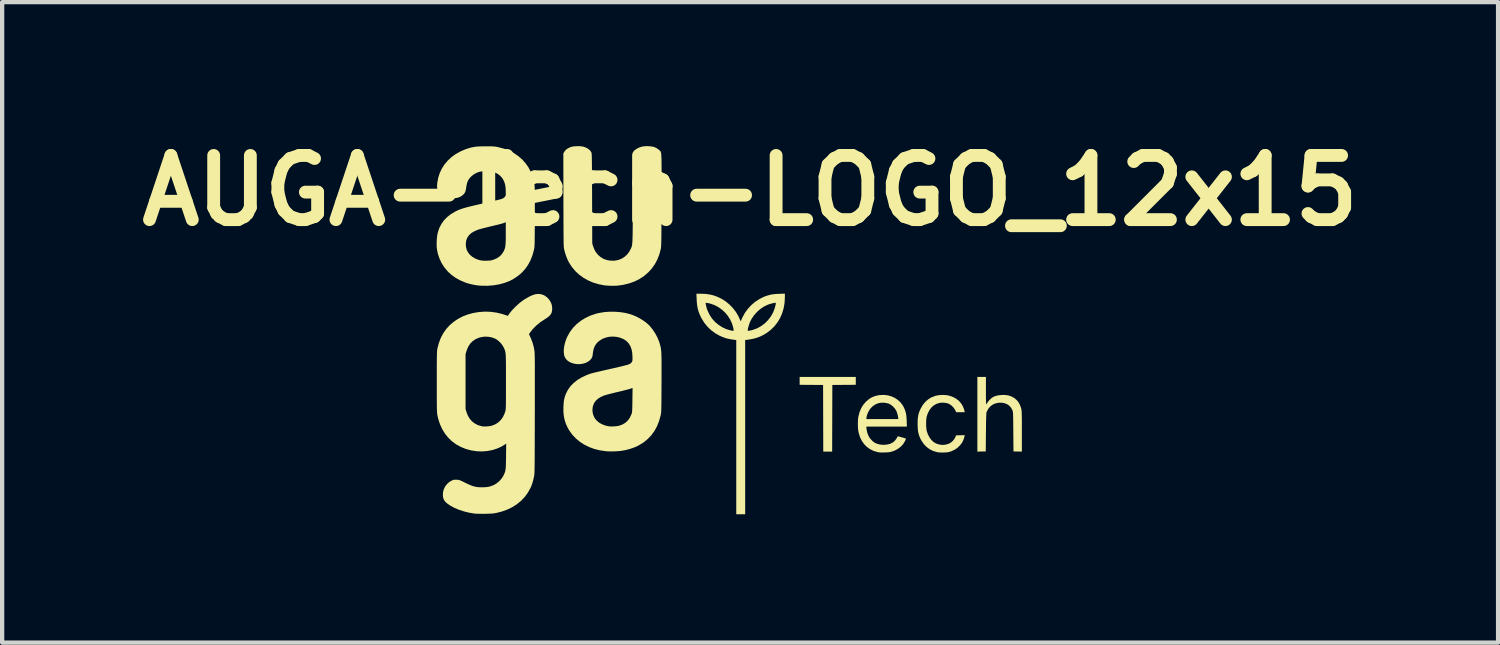
<source format=kicad_pcb>
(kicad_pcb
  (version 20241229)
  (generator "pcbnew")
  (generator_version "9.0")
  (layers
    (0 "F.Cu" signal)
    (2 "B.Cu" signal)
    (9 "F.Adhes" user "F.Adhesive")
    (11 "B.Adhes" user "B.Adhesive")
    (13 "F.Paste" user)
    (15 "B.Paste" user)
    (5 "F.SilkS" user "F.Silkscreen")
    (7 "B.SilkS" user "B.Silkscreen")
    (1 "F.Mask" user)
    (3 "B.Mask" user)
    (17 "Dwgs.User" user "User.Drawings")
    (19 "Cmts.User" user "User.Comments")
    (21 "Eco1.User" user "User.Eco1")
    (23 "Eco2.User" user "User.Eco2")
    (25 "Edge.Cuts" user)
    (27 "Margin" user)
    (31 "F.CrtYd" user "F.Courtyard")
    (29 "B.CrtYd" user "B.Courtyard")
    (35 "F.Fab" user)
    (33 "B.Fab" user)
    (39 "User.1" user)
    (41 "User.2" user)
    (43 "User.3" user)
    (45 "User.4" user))
  (footprint "AUGA-Tech-LOGO_12x15"
    (layer "F.Cu")
    (at 13.979 4.654)
    (property "Reference" "AUGA-Tech-LOGO_12x15" (at 0.5 -3.25 0) (layer "F.SilkS") (effects (font (size 1.5 1.5) (thickness 0.3))))
    (attr board_only exclude_from_pos_files exclude_from_bom)
    (fp_poly (pts (xy 2.969 1.196) (xy 2.969 1.288) (xy 2.695 1.29) (xy 2.421 1.292) (xy 2.419 2.071) (xy 2.417 2.849) (xy 2.313 2.849) (xy 2.209 2.849) (xy 2.207 2.071) (xy 2.205 1.292) (xy 1.931 1.29) (xy 1.657 1.288) (xy 1.657 1.196) (xy 1.657 1.104) (xy 2.313 1.104) (xy 2.969 1.104)) (stroke (width 0) (type solid)) (fill yes) (layer "F.SilkS"))
    (fp_poly (pts (xy 6.01 1.424) (xy 6.01 1.494) (xy 6.01 1.559) (xy 6.011 1.616) (xy 6.012 1.665) (xy 6.013 1.704) (xy 6.014 1.731) (xy 6.015 1.743) (xy 6.016 1.744) (xy 6.023 1.738) (xy 6.035 1.721) (xy 6.046 1.704) (xy 6.073 1.665) (xy 6.109 1.627) (xy 6.147 1.594) (xy 6.184 1.57) (xy 6.185 1.569) (xy 6.237 1.549) (xy 6.3 1.534) (xy 6.369 1.526) (xy 6.439 1.525) (xy 6.505 1.531) (xy 6.545 1.539) (xy 6.621 1.567) (xy 6.687 1.607) (xy 6.743 1.659) (xy 6.788 1.723) (xy 6.821 1.797) (xy 6.837 1.854) (xy 6.84 1.868) (xy 6.842 1.885) (xy 6.844 1.906) (xy 6.846 1.932) (xy 6.847 1.965) (xy 6.848 2.006) (xy 6.849 2.056) (xy 6.85 2.117) (xy 6.85 2.19) (xy 6.85 2.276) (xy 6.85 2.376) (xy 6.85 2.381) (xy 6.85 2.849) (xy 6.752 2.847) (xy 6.654 2.845) (xy 6.65 2.385) (xy 6.649 2.287) (xy 6.648 2.205) (xy 6.648 2.135) (xy 6.647 2.078) (xy 6.646 2.031) (xy 6.645 1.994) (xy 6.644 1.964) (xy 6.642 1.941) (xy 6.64 1.924) (xy 6.638 1.91) (xy 6.635 1.899) (xy 6.632 1.889) (xy 6.628 1.879) (xy 6.628 1.879) (xy 6.596 1.821) (xy 6.553 1.774) (xy 6.5 1.739) (xy 6.438 1.716) (xy 6.379 1.707) (xy 6.3 1.708) (xy 6.229 1.724) (xy 6.165 1.753) (xy 6.11 1.795) (xy 6.065 1.849) (xy 6.03 1.915) (xy 6.023 1.932) (xy 6.021 1.947) (xy 6.019 1.977) (xy 6.017 2.022) (xy 6.015 2.083) (xy 6.013 2.158) (xy 6.012 2.248) (xy 6.011 2.352) (xy 6.01 2.401) (xy 6.006 2.845) (xy 5.908 2.847) (xy 5.81 2.849) (xy 5.81 1.977) (xy 5.81 1.104) (xy 5.91 1.104) (xy 6.01 1.104)) (stroke (width 0) (type solid)) (fill yes) (layer "F.SilkS"))
    (fp_poly (pts (xy 5.05 1.526) (xy 5.12 1.535) (xy 5.157 1.544) (xy 5.243 1.574) (xy 5.318 1.616) (xy 5.383 1.668) (xy 5.436 1.73) (xy 5.475 1.799) (xy 5.489 1.834) (xy 5.499 1.863) (xy 5.507 1.891) (xy 5.51 1.903) (xy 5.515 1.929) (xy 5.415 1.929) (xy 5.316 1.929) (xy 5.291 1.878) (xy 5.256 1.824) (xy 5.21 1.776) (xy 5.157 1.739) (xy 5.141 1.731) (xy 5.097 1.717) (xy 5.044 1.708) (xy 4.989 1.705) (xy 4.937 1.709) (xy 4.923 1.712) (xy 4.853 1.734) (xy 4.79 1.771) (xy 4.734 1.821) (xy 4.688 1.883) (xy 4.651 1.956) (xy 4.628 2.025) (xy 4.62 2.063) (xy 4.615 2.113) (xy 4.613 2.17) (xy 4.613 2.229) (xy 4.616 2.285) (xy 4.621 2.334) (xy 4.628 2.369) (xy 4.654 2.446) (xy 4.69 2.515) (xy 4.733 2.574) (xy 4.782 2.621) (xy 4.796 2.632) (xy 4.86 2.666) (xy 4.93 2.686) (xy 5.003 2.693) (xy 5.075 2.685) (xy 5.145 2.664) (xy 5.152 2.661) (xy 5.193 2.636) (xy 5.233 2.602) (xy 5.267 2.562) (xy 5.292 2.521) (xy 5.296 2.511) (xy 5.312 2.469) (xy 5.413 2.467) (xy 5.515 2.464) (xy 5.509 2.495) (xy 5.487 2.57) (xy 5.452 2.641) (xy 5.403 2.705) (xy 5.343 2.762) (xy 5.273 2.808) (xy 5.195 2.844) (xy 5.188 2.846) (xy 5.158 2.855) (xy 5.129 2.862) (xy 5.098 2.866) (xy 5.059 2.869) (xy 5.022 2.87) (xy 4.957 2.87) (xy 4.904 2.867) (xy 4.862 2.86) (xy 4.774 2.833) (xy 4.693 2.792) (xy 4.621 2.738) (xy 4.558 2.672) (xy 4.504 2.593) (xy 4.48 2.548) (xy 4.456 2.493) (xy 4.439 2.441) (xy 4.426 2.388) (xy 4.419 2.33) (xy 4.415 2.263) (xy 4.414 2.201) (xy 4.415 2.124) (xy 4.42 2.058) (xy 4.429 2.001) (xy 4.442 1.948) (xy 4.462 1.896) (xy 4.485 1.845) (xy 4.535 1.759) (xy 4.593 1.687) (xy 4.661 1.628) (xy 4.738 1.581) (xy 4.824 1.547) (xy 4.838 1.544) (xy 4.903 1.531) (xy 4.975 1.525)) (stroke (width 0) (type solid)) (fill yes) (layer "F.SilkS"))
    (fp_poly (pts (xy 3.714 1.534) (xy 3.8 1.557) (xy 3.879 1.593) (xy 3.951 1.641) (xy 4.014 1.699) (xy 4.066 1.768) (xy 4.089 1.81) (xy 4.113 1.863) (xy 4.131 1.914) (xy 4.144 1.966) (xy 4.152 2.024) (xy 4.157 2.092) (xy 4.159 2.135) (xy 4.163 2.265) (xy 3.69 2.265) (xy 3.217 2.265) (xy 3.217 2.291) (xy 3.221 2.329) (xy 3.23 2.375) (xy 3.243 2.423) (xy 3.26 2.467) (xy 3.264 2.478) (xy 3.29 2.522) (xy 3.325 2.566) (xy 3.364 2.606) (xy 3.403 2.636) (xy 3.407 2.639) (xy 3.471 2.668) (xy 3.543 2.685) (xy 3.617 2.691) (xy 3.698 2.685) (xy 3.769 2.668) (xy 3.83 2.638) (xy 3.88 2.597) (xy 3.92 2.545) (xy 3.931 2.524) (xy 3.945 2.5) (xy 3.958 2.492) (xy 3.961 2.492) (xy 3.974 2.496) (xy 3.998 2.503) (xy 4.03 2.511) (xy 4.053 2.518) (xy 4.087 2.527) (xy 4.115 2.536) (xy 4.134 2.542) (xy 4.139 2.545) (xy 4.139 2.554) (xy 4.132 2.573) (xy 4.121 2.6) (xy 4.116 2.609) (xy 4.075 2.675) (xy 4.02 2.734) (xy 3.954 2.784) (xy 3.879 2.825) (xy 3.797 2.854) (xy 3.76 2.861) (xy 3.712 2.866) (xy 3.658 2.869) (xy 3.602 2.87) (xy 3.548 2.869) (xy 3.503 2.865) (xy 3.481 2.861) (xy 3.388 2.834) (xy 3.305 2.794) (xy 3.23 2.741) (xy 3.166 2.677) (xy 3.112 2.601) (xy 3.069 2.514) (xy 3.038 2.418) (xy 3.03 2.378) (xy 3.022 2.325) (xy 3.018 2.262) (xy 3.017 2.195) (xy 3.019 2.128) (xy 3.022 2.089) (xy 3.217 2.089) (xy 3.589 2.089) (xy 3.961 2.089) (xy 3.961 2.071) (xy 3.958 2.039) (xy 3.949 1.998) (xy 3.937 1.955) (xy 3.923 1.914) (xy 3.913 1.891) (xy 3.884 1.845) (xy 3.844 1.8) (xy 3.799 1.762) (xy 3.752 1.734) (xy 3.741 1.729) (xy 3.685 1.714) (xy 3.622 1.706) (xy 3.558 1.707) (xy 3.505 1.716) (xy 3.437 1.741) (xy 3.375 1.78) (xy 3.321 1.832) (xy 3.276 1.893) (xy 3.243 1.963) (xy 3.229 2.006) (xy 3.222 2.035) (xy 3.218 2.059) (xy 3.217 2.07) (xy 3.217 2.089) (xy 3.022 2.089) (xy 3.024 2.068) (xy 3.029 2.033) (xy 3.055 1.932) (xy 3.092 1.841) (xy 3.14 1.761) (xy 3.2 1.689) (xy 3.208 1.681) (xy 3.275 1.623) (xy 3.346 1.58) (xy 3.425 1.549) (xy 3.512 1.53) (xy 3.53 1.528) (xy 3.624 1.524)) (stroke (width 0) (type solid)) (fill yes) (layer "F.SilkS"))
    (fp_poly (pts (xy 1.312 -0.759) (xy 1.305 -0.628) (xy 1.284 -0.503) (xy 1.249 -0.385) (xy 1.201 -0.274) (xy 1.14 -0.172) (xy 1.067 -0.079) (xy 0.981 0.005) (xy 0.885 0.078) (xy 0.794 0.131) (xy 0.724 0.164) (xy 0.655 0.19) (xy 0.581 0.21) (xy 0.5 0.226) (xy 0.426 0.237) (xy 0.384 0.242) (xy 0.384 2.277) (xy 0.384 4.313) (xy 0.28 4.313) (xy 0.176 4.313) (xy 0.176 2.277) (xy 0.176 0.242) (xy 0.134 0.237) (xy 0.066 0.227) (xy 0.008 0.217) (xy -0.042 0.206) (xy -0.089 0.192) (xy -0.202 0.147) (xy -0.308 0.088) (xy -0.406 0.017) (xy -0.493 -0.066) (xy -0.569 -0.158) (xy -0.633 -0.261) (xy -0.642 -0.277) (xy -0.677 -0.351) (xy -0.705 -0.423) (xy -0.725 -0.494) (xy -0.738 -0.571) (xy -0.743 -0.615) (xy -0.539 -0.615) (xy -0.536 -0.592) (xy -0.529 -0.56) (xy -0.52 -0.525) (xy -0.51 -0.488) (xy -0.498 -0.454) (xy -0.497 -0.451) (xy -0.449 -0.35) (xy -0.39 -0.259) (xy -0.318 -0.179) (xy -0.235 -0.11) (xy -0.142 -0.052) (xy -0.061 -0.015) (xy -0.027 -0.004) (xy 0.009 0.007) (xy 0.045 0.017) (xy 0.077 0.023) (xy 0.101 0.026) (xy 0.113 0.025) (xy 0.114 0.025) (xy 0.115 0.015) (xy 0.115 0.014) (xy 0.443 0.014) (xy 0.444 0.023) (xy 0.454 0.026) (xy 0.477 0.024) (xy 0.51 0.018) (xy 0.55 0.008) (xy 0.568 0.003) (xy 0.664 -0.032) (xy 0.754 -0.082) (xy 0.838 -0.144) (xy 0.913 -0.217) (xy 0.978 -0.299) (xy 1.03 -0.389) (xy 1.037 -0.403) (xy 1.052 -0.44) (xy 1.067 -0.481) (xy 1.08 -0.521) (xy 1.09 -0.559) (xy 1.097 -0.592) (xy 1.1 -0.615) (xy 1.097 -0.627) (xy 1.097 -0.628) (xy 1.085 -0.629) (xy 1.061 -0.625) (xy 1.03 -0.618) (xy 0.994 -0.609) (xy 0.958 -0.599) (xy 0.924 -0.588) (xy 0.912 -0.583) (xy 0.821 -0.539) (xy 0.735 -0.481) (xy 0.657 -0.411) (xy 0.588 -0.333) (xy 0.531 -0.247) (xy 0.496 -0.178) (xy 0.485 -0.147) (xy 0.473 -0.111) (xy 0.462 -0.074) (xy 0.452 -0.038) (xy 0.446 -0.007) (xy 0.443 0.014) (xy 0.115 0.014) (xy 0.113 -0.006) (xy 0.108 -0.034) (xy 0.107 -0.04) (xy 0.079 -0.139) (xy 0.036 -0.233) (xy -0.019 -0.32) (xy -0.085 -0.4) (xy -0.161 -0.47) (xy -0.246 -0.529) (xy -0.337 -0.577) (xy -0.434 -0.61) (xy -0.472 -0.619) (xy -0.501 -0.624) (xy -0.524 -0.627) (xy -0.536 -0.626) (xy -0.537 -0.626) (xy -0.539 -0.615) (xy -0.743 -0.615) (xy -0.747 -0.656) (xy -0.75 -0.718) (xy -0.755 -0.84) (xy -0.655 -0.84) (xy -0.546 -0.836) (xy -0.446 -0.823) (xy -0.352 -0.8) (xy -0.266 -0.769) (xy -0.165 -0.721) (xy -0.069 -0.659) (xy 0.019 -0.586) (xy 0.099 -0.504) (xy 0.167 -0.415) (xy 0.223 -0.321) (xy 0.253 -0.254) (xy 0.266 -0.224) (xy 0.277 -0.206) (xy 0.285 -0.199) (xy 0.288 -0.206) (xy 0.288 -0.209) (xy 0.291 -0.22) (xy 0.3 -0.241) (xy 0.312 -0.27) (xy 0.32 -0.286) (xy 0.377 -0.391) (xy 0.447 -0.487) (xy 0.528 -0.575) (xy 0.618 -0.652) (xy 0.717 -0.716) (xy 0.821 -0.768) (xy 0.875 -0.788) (xy 0.929 -0.805) (xy 0.979 -0.818) (xy 1.03 -0.827) (xy 1.086 -0.833) (xy 1.152 -0.837) (xy 1.178 -0.838) (xy 1.312 -0.842)) (stroke (width 0) (type solid)) (fill yes) (layer "F.SilkS"))
    (fp_poly (pts (xy -1.827 -4.285) (xy -1.76 -4.273) (xy -1.703 -4.252) (xy -1.652 -4.22) (xy -1.628 -4.2) (xy -1.62 -4.193) (xy -1.612 -4.186) (xy -1.605 -4.18) (xy -1.599 -4.174) (xy -1.594 -4.166) (xy -1.589 -4.156) (xy -1.585 -4.143) (xy -1.581 -4.126) (xy -1.578 -4.104) (xy -1.576 -4.077) (xy -1.574 -4.044) (xy -1.572 -4.004) (xy -1.571 -3.956) (xy -1.57 -3.899) (xy -1.57 -3.833) (xy -1.569 -3.757) (xy -1.569 -3.669) (xy -1.569 -3.569) (xy -1.57 -3.457) (xy -1.57 -3.331) (xy -1.57 -3.191) (xy -1.571 -3.036) (xy -1.571 -3.029) (xy -1.571 -2.875) (xy -1.572 -2.736) (xy -1.572 -2.612) (xy -1.572 -2.501) (xy -1.573 -2.403) (xy -1.573 -2.316) (xy -1.574 -2.241) (xy -1.574 -2.175) (xy -1.575 -2.119) (xy -1.576 -2.071) (xy -1.577 -2.031) (xy -1.578 -1.998) (xy -1.579 -1.97) (xy -1.58 -1.947) (xy -1.582 -1.929) (xy -1.583 -1.914) (xy -1.585 -1.901) (xy -1.587 -1.89) (xy -1.587 -1.889) (xy -1.621 -1.76) (xy -1.668 -1.639) (xy -1.728 -1.528) (xy -1.8 -1.427) (xy -1.883 -1.336) (xy -1.978 -1.255) (xy -2.082 -1.186) (xy -2.197 -1.128) (xy -2.322 -1.083) (xy -2.455 -1.05) (xy -2.565 -1.033) (xy -2.633 -1.027) (xy -2.71 -1.026) (xy -2.788 -1.027) (xy -2.863 -1.032) (xy -2.905 -1.036) (xy -3.039 -1.062) (xy -3.166 -1.1) (xy -3.285 -1.151) (xy -3.395 -1.213) (xy -3.496 -1.286) (xy -3.585 -1.369) (xy -3.664 -1.463) (xy -3.73 -1.565) (xy -3.761 -1.625) (xy -3.79 -1.694) (xy -3.814 -1.761) (xy -3.835 -1.833) (xy -3.843 -1.868) (xy -3.846 -1.878) (xy -3.848 -1.889) (xy -3.85 -1.9) (xy -3.852 -1.912) (xy -3.853 -1.928) (xy -3.855 -1.946) (xy -3.856 -1.968) (xy -3.857 -1.996) (xy -3.858 -2.029) (xy -3.859 -2.069) (xy -3.859 -2.117) (xy -3.86 -2.172) (xy -3.86 -2.237) (xy -3.861 -2.312) (xy -3.861 -2.398) (xy -3.862 -2.496) (xy -3.862 -2.606) (xy -3.862 -2.73) (xy -3.863 -2.867) (xy -3.863 -3.02) (xy -3.863 -3.029) (xy -3.865 -4.117) (xy -3.842 -4.158) (xy -3.81 -4.199) (xy -3.764 -4.234) (xy -3.704 -4.264) (xy -3.698 -4.266) (xy -3.66 -4.277) (xy -3.611 -4.284) (xy -3.556 -4.288) (xy -3.5 -4.289) (xy -3.448 -4.285) (xy -3.405 -4.278) (xy -3.402 -4.278) (xy -3.336 -4.255) (xy -3.281 -4.224) (xy -3.238 -4.186) (xy -3.212 -4.147) (xy -3.21 -4.142) (xy -3.208 -4.136) (xy -3.206 -4.128) (xy -3.204 -4.117) (xy -3.203 -4.103) (xy -3.202 -4.084) (xy -3.201 -4.059) (xy -3.2 -4.029) (xy -3.199 -3.991) (xy -3.198 -3.946) (xy -3.197 -3.892) (xy -3.197 -3.829) (xy -3.196 -3.755) (xy -3.196 -3.67) (xy -3.195 -3.573) (xy -3.195 -3.464) (xy -3.194 -3.341) (xy -3.193 -3.203) (xy -3.193 -3.065) (xy -3.189 -2.013) (xy -3.17 -1.953) (xy -3.142 -1.878) (xy -3.107 -1.814) (xy -3.061 -1.756) (xy -3.049 -1.744) (xy -2.987 -1.691) (xy -2.919 -1.652) (xy -2.842 -1.626) (xy -2.756 -1.612) (xy -2.749 -1.612) (xy -2.663 -1.613) (xy -2.581 -1.629) (xy -2.505 -1.658) (xy -2.437 -1.7) (xy -2.377 -1.753) (xy -2.328 -1.818) (xy -2.306 -1.858) (xy -2.297 -1.875) (xy -2.29 -1.889) (xy -2.283 -1.903) (xy -2.276 -1.917) (xy -2.271 -1.931) (xy -2.266 -1.946) (xy -2.262 -1.964) (xy -2.258 -1.985) (xy -2.255 -2.01) (xy -2.253 -2.04) (xy -2.25 -2.075) (xy -2.249 -2.118) (xy -2.247 -2.167) (xy -2.246 -2.225) (xy -2.245 -2.292) (xy -2.244 -2.37) (xy -2.243 -2.458) (xy -2.243 -2.558) (xy -2.242 -2.67) (xy -2.242 -2.796) (xy -2.241 -2.937) (xy -2.241 -3.073) (xy -2.24 -3.225) (xy -2.24 -3.362) (xy -2.239 -3.484) (xy -2.239 -3.593) (xy -2.238 -3.689) (xy -2.237 -3.774) (xy -2.237 -3.847) (xy -2.236 -3.909) (xy -2.235 -3.963) (xy -2.234 -4.007) (xy -2.234 -4.044) (xy -2.232 -4.074) (xy -2.231 -4.097) (xy -2.23 -4.115) (xy -2.229 -4.129) (xy -2.227 -4.138) (xy -2.225 -4.145) (xy -2.223 -4.149) (xy -2.223 -4.149) (xy -2.189 -4.195) (xy -2.143 -4.232) (xy -2.084 -4.261) (xy -2.015 -4.28) (xy -1.937 -4.289) (xy -1.906 -4.289)) (stroke (width 0) (type solid)) (fill yes) (layer "F.SilkS"))
    (fp_poly (pts (xy -2.654 -0.419) (xy -2.529 -0.409) (xy -2.409 -0.39) (xy -2.298 -0.361) (xy -2.265 -0.35) (xy -2.175 -0.314) (xy -2.085 -0.268) (xy -2 -0.216) (xy -1.924 -0.16) (xy -1.858 -0.101) (xy -1.845 -0.087) (xy -1.78 -0.007) (xy -1.72 0.083) (xy -1.668 0.179) (xy -1.628 0.276) (xy -1.613 0.322) (xy -1.606 0.349) (xy -1.599 0.374) (xy -1.593 0.399) (xy -1.588 0.425) (xy -1.583 0.452) (xy -1.58 0.482) (xy -1.577 0.516) (xy -1.574 0.556) (xy -1.573 0.602) (xy -1.571 0.655) (xy -1.57 0.717) (xy -1.57 0.789) (xy -1.57 0.872) (xy -1.57 0.967) (xy -1.57 1.075) (xy -1.57 1.198) (xy -1.571 1.245) (xy -1.571 1.365) (xy -1.572 1.47) (xy -1.572 1.561) (xy -1.573 1.64) (xy -1.573 1.707) (xy -1.574 1.764) (xy -1.575 1.812) (xy -1.576 1.851) (xy -1.577 1.884) (xy -1.578 1.91) (xy -1.58 1.932) (xy -1.581 1.95) (xy -1.584 1.966) (xy -1.586 1.98) (xy -1.589 1.994) (xy -1.591 2.005) (xy -1.628 2.136) (xy -1.676 2.257) (xy -1.736 2.366) (xy -1.808 2.465) (xy -1.891 2.553) (xy -1.986 2.631) (xy -2.094 2.698) (xy -2.131 2.718) (xy -2.188 2.744) (xy -2.255 2.769) (xy -2.328 2.792) (xy -2.401 2.811) (xy -2.466 2.824) (xy -2.535 2.834) (xy -2.614 2.841) (xy -2.696 2.844) (xy -2.776 2.845) (xy -2.847 2.842) (xy -2.868 2.84) (xy -3.007 2.82) (xy -3.138 2.788) (xy -3.261 2.743) (xy -3.375 2.687) (xy -3.48 2.619) (xy -3.573 2.541) (xy -3.656 2.453) (xy -3.727 2.355) (xy -3.771 2.277) (xy -3.809 2.191) (xy -3.836 2.105) (xy -3.854 2.015) (xy -3.863 1.917) (xy -3.863 1.869) (xy -3.185 1.869) (xy -3.18 1.939) (xy -3.161 2.007) (xy -3.132 2.067) (xy -3.086 2.124) (xy -3.029 2.172) (xy -2.959 2.211) (xy -2.88 2.241) (xy -2.805 2.257) (xy -2.766 2.261) (xy -2.717 2.261) (xy -2.665 2.259) (xy -2.615 2.254) (xy -2.572 2.247) (xy -2.565 2.245) (xy -2.486 2.217) (xy -2.418 2.177) (xy -2.36 2.125) (xy -2.313 2.061) (xy -2.277 1.985) (xy -2.268 1.961) (xy -2.264 1.947) (xy -2.261 1.93) (xy -2.258 1.91) (xy -2.256 1.883) (xy -2.255 1.848) (xy -2.253 1.804) (xy -2.252 1.748) (xy -2.251 1.679) (xy -2.251 1.639) (xy -2.247 1.361) (xy -2.29 1.377) (xy -2.308 1.383) (xy -2.339 1.392) (xy -2.382 1.403) (xy -2.433 1.416) (xy -2.491 1.431) (xy -2.553 1.446) (xy -2.588 1.454) (xy -2.653 1.469) (xy -2.715 1.485) (xy -2.773 1.499) (xy -2.823 1.512) (xy -2.863 1.523) (xy -2.892 1.531) (xy -2.901 1.534) (xy -2.982 1.568) (xy -3.048 1.608) (xy -3.101 1.655) (xy -3.141 1.708) (xy -3.155 1.735) (xy -3.177 1.8) (xy -3.185 1.869) (xy -3.863 1.869) (xy -3.863 1.81) (xy -3.859 1.734) (xy -3.853 1.669) (xy -3.842 1.612) (xy -3.828 1.559) (xy -3.808 1.506) (xy -3.806 1.5) (xy -3.759 1.407) (xy -3.699 1.322) (xy -3.624 1.245) (xy -3.536 1.175) (xy -3.434 1.114) (xy -3.318 1.06) (xy -3.297 1.052) (xy -3.277 1.044) (xy -3.257 1.037) (xy -3.237 1.03) (xy -3.214 1.023) (xy -3.187 1.016) (xy -3.155 1.007) (xy -3.116 0.998) (xy -3.07 0.987) (xy -3.014 0.974) (xy -2.947 0.958) (xy -2.868 0.94) (xy -2.776 0.919) (xy -2.727 0.908) (xy -2.633 0.887) (xy -2.55 0.867) (xy -2.478 0.85) (xy -2.419 0.835) (xy -2.373 0.822) (xy -2.34 0.813) (xy -2.323 0.806) (xy -2.297 0.79) (xy -2.274 0.77) (xy -2.267 0.761) (xy -2.259 0.747) (xy -2.253 0.732) (xy -2.25 0.712) (xy -2.249 0.683) (xy -2.249 0.647) (xy -2.254 0.549) (xy -2.27 0.462) (xy -2.297 0.387) (xy -2.336 0.323) (xy -2.385 0.27) (xy -2.446 0.227) (xy -2.468 0.216) (xy -2.546 0.185) (xy -2.628 0.167) (xy -2.711 0.161) (xy -2.793 0.166) (xy -2.872 0.184) (xy -2.946 0.212) (xy -3.013 0.252) (xy -3.071 0.301) (xy -3.101 0.337) (xy -3.133 0.389) (xy -3.156 0.449) (xy -3.171 0.518) (xy -3.176 0.558) (xy -3.181 0.598) (xy -3.187 0.628) (xy -3.196 0.651) (xy -3.206 0.67) (xy -3.241 0.712) (xy -3.288 0.748) (xy -3.345 0.776) (xy -3.409 0.795) (xy -3.476 0.805) (xy -3.546 0.805) (xy -3.6 0.797) (xy -3.675 0.776) (xy -3.737 0.745) (xy -3.786 0.706) (xy -3.822 0.658) (xy -3.83 0.644) (xy -3.847 0.592) (xy -3.855 0.531) (xy -3.854 0.461) (xy -3.844 0.386) (xy -3.826 0.307) (xy -3.8 0.227) (xy -3.769 0.156) (xy -3.71 0.052) (xy -3.638 -0.044) (xy -3.554 -0.13) (xy -3.459 -0.206) (xy -3.353 -0.272) (xy -3.238 -0.327) (xy -3.114 -0.37) (xy -3.023 -0.392) (xy -2.905 -0.411) (xy -2.781 -0.42)) (stroke (width 0) (type solid)) (fill yes) (layer "F.SilkS"))
    (fp_poly (pts (xy -5.621 -4.285) (xy -5.569 -4.285) (xy -5.528 -4.283) (xy -5.494 -4.282) (xy -5.464 -4.279) (xy -5.436 -4.275) (xy -5.407 -4.269) (xy -5.396 -4.267) (xy -5.262 -4.233) (xy -5.138 -4.186) (xy -5.023 -4.128) (xy -4.92 -4.058) (xy -4.827 -3.978) (xy -4.746 -3.887) (xy -4.677 -3.787) (xy -4.62 -3.677) (xy -4.576 -3.558) (xy -4.546 -3.431) (xy -4.541 -3.398) (xy -4.539 -3.382) (xy -4.537 -3.362) (xy -4.535 -3.339) (xy -4.534 -3.31) (xy -4.533 -3.275) (xy -4.532 -3.233) (xy -4.531 -3.183) (xy -4.531 -3.123) (xy -4.531 -3.052) (xy -4.531 -2.97) (xy -4.531 -2.875) (xy -4.531 -2.767) (xy -4.531 -2.643) (xy -4.532 -2.63) (xy -4.532 -2.509) (xy -4.532 -2.403) (xy -4.533 -2.31) (xy -4.533 -2.231) (xy -4.534 -2.163) (xy -4.535 -2.105) (xy -4.535 -2.057) (xy -4.536 -2.017) (xy -4.537 -1.984) (xy -4.539 -1.957) (xy -4.54 -1.935) (xy -4.542 -1.917) (xy -4.544 -1.901) (xy -4.547 -1.887) (xy -4.55 -1.874) (xy -4.552 -1.863) (xy -4.587 -1.736) (xy -4.633 -1.62) (xy -4.689 -1.516) (xy -4.756 -1.42) (xy -4.825 -1.343) (xy -4.885 -1.289) (xy -4.955 -1.235) (xy -5.029 -1.187) (xy -5.102 -1.147) (xy -5.115 -1.141) (xy -5.233 -1.095) (xy -5.36 -1.06) (xy -5.494 -1.037) (xy -5.633 -1.026) (xy -5.773 -1.027) (xy -5.854 -1.033) (xy -5.929 -1.044) (xy -6.01 -1.06) (xy -6.088 -1.08) (xy -6.145 -1.098) (xy -6.268 -1.149) (xy -6.381 -1.211) (xy -6.482 -1.283) (xy -6.571 -1.366) (xy -6.647 -1.458) (xy -6.711 -1.558) (xy -6.762 -1.668) (xy -6.8 -1.785) (xy -6.815 -1.859) (xy -6.823 -1.923) (xy -6.826 -1.996) (xy -6.825 -2.016) (xy -6.144 -2.016) (xy -6.141 -1.94) (xy -6.124 -1.87) (xy -6.092 -1.806) (xy -6.047 -1.749) (xy -5.988 -1.7) (xy -5.928 -1.665) (xy -5.871 -1.64) (xy -5.817 -1.624) (xy -5.76 -1.614) (xy -5.695 -1.611) (xy -5.654 -1.612) (xy -5.606 -1.614) (xy -5.568 -1.617) (xy -5.536 -1.623) (xy -5.504 -1.633) (xy -5.495 -1.636) (xy -5.419 -1.668) (xy -5.356 -1.71) (xy -5.304 -1.762) (xy -5.263 -1.825) (xy -5.257 -1.836) (xy -5.245 -1.862) (xy -5.235 -1.888) (xy -5.227 -1.915) (xy -5.221 -1.945) (xy -5.217 -1.981) (xy -5.214 -2.024) (xy -5.211 -2.077) (xy -5.21 -2.14) (xy -5.21 -2.217) (xy -5.21 -2.254) (xy -5.21 -2.511) (xy -5.256 -2.493) (xy -5.275 -2.486) (xy -5.307 -2.477) (xy -5.351 -2.465) (xy -5.403 -2.452) (xy -5.461 -2.438) (xy -5.523 -2.423) (xy -5.55 -2.417) (xy -5.614 -2.401) (xy -5.677 -2.386) (xy -5.736 -2.371) (xy -5.788 -2.357) (xy -5.83 -2.345) (xy -5.86 -2.336) (xy -5.867 -2.333) (xy -5.948 -2.298) (xy -6.014 -2.258) (xy -6.066 -2.212) (xy -6.104 -2.159) (xy -6.13 -2.099) (xy -6.143 -2.031) (xy -6.144 -2.016) (xy -6.825 -2.016) (xy -6.824 -2.073) (xy -6.819 -2.149) (xy -6.809 -2.22) (xy -6.799 -2.268) (xy -6.765 -2.372) (xy -6.717 -2.466) (xy -6.657 -2.552) (xy -6.584 -2.628) (xy -6.497 -2.697) (xy -6.397 -2.757) (xy -6.368 -2.772) (xy -6.336 -2.787) (xy -6.304 -2.801) (xy -6.27 -2.814) (xy -6.233 -2.827) (xy -6.191 -2.84) (xy -6.143 -2.854) (xy -6.087 -2.869) (xy -6.021 -2.885) (xy -5.944 -2.904) (xy -5.855 -2.924) (xy -5.753 -2.948) (xy -5.73 -2.953) (xy -5.651 -2.971) (xy -5.576 -2.988) (xy -5.507 -3.005) (xy -5.444 -3.02) (xy -5.39 -3.033) (xy -5.347 -3.044) (xy -5.315 -3.053) (xy -5.297 -3.058) (xy -5.296 -3.059) (xy -5.267 -3.074) (xy -5.241 -3.094) (xy -5.234 -3.102) (xy -5.223 -3.115) (xy -5.216 -3.126) (xy -5.212 -3.14) (xy -5.21 -3.16) (xy -5.21 -3.19) (xy -5.21 -3.221) (xy -5.214 -3.313) (xy -5.226 -3.393) (xy -5.248 -3.462) (xy -5.279 -3.522) (xy -5.32 -3.576) (xy -5.328 -3.584) (xy -5.387 -3.633) (xy -5.454 -3.669) (xy -5.531 -3.693) (xy -5.617 -3.705) (xy -5.67 -3.707) (xy -5.757 -3.702) (xy -5.833 -3.687) (xy -5.901 -3.662) (xy -5.964 -3.625) (xy -6.016 -3.582) (xy -6.058 -3.537) (xy -6.09 -3.488) (xy -6.113 -3.433) (xy -6.128 -3.367) (xy -6.133 -3.333) (xy -6.142 -3.277) (xy -6.152 -3.235) (xy -6.167 -3.201) (xy -6.187 -3.173) (xy -6.203 -3.156) (xy -6.247 -3.121) (xy -6.295 -3.096) (xy -6.349 -3.08) (xy -6.412 -3.071) (xy -6.47 -3.069) (xy -6.548 -3.073) (xy -6.614 -3.086) (xy -6.67 -3.108) (xy -6.719 -3.14) (xy -6.751 -3.17) (xy -6.781 -3.21) (xy -6.801 -3.254) (xy -6.813 -3.303) (xy -6.816 -3.361) (xy -6.811 -3.431) (xy -6.81 -3.433) (xy -6.789 -3.55) (xy -6.753 -3.661) (xy -6.703 -3.766) (xy -6.64 -3.864) (xy -6.564 -3.953) (xy -6.477 -4.034) (xy -6.378 -4.105) (xy -6.268 -4.166) (xy -6.149 -4.217) (xy -6.125 -4.225) (xy -6.068 -4.243) (xy -6.018 -4.257) (xy -5.969 -4.267) (xy -5.92 -4.275) (xy -5.867 -4.28) (xy -5.805 -4.283) (xy -5.734 -4.285) (xy -5.686 -4.285)) (stroke (width 0) (type solid)) (fill yes) (layer "F.SilkS"))
    (fp_poly (pts (xy -4.373 -0.826) (xy -4.31 -0.801) (xy -4.253 -0.762) (xy -4.202 -0.709) (xy -4.198 -0.703) (xy -4.162 -0.648) (xy -4.139 -0.594) (xy -4.128 -0.536) (xy -4.126 -0.496) (xy -4.128 -0.445) (xy -4.138 -0.401) (xy -4.156 -0.363) (xy -4.185 -0.327) (xy -4.225 -0.292) (xy -4.278 -0.256) (xy -4.299 -0.243) (xy -4.408 -0.171) (xy -4.503 -0.092) (xy -4.584 -0.009) (xy -4.638 0.061) (xy -4.668 0.104) (xy -4.631 0.183) (xy -4.587 0.294) (xy -4.555 0.409) (xy -4.541 0.488) (xy -4.54 0.5) (xy -4.538 0.514) (xy -4.537 0.532) (xy -4.536 0.553) (xy -4.535 0.579) (xy -4.534 0.611) (xy -4.533 0.648) (xy -4.532 0.692) (xy -4.532 0.743) (xy -4.531 0.803) (xy -4.531 0.872) (xy -4.531 0.95) (xy -4.531 1.038) (xy -4.531 1.138) (xy -4.531 1.249) (xy -4.531 1.373) (xy -4.531 1.51) (xy -4.531 1.662) (xy -4.531 1.828) (xy -4.532 1.965) (xy -4.532 2.14) (xy -4.532 2.299) (xy -4.533 2.445) (xy -4.533 2.576) (xy -4.533 2.695) (xy -4.534 2.801) (xy -4.534 2.895) (xy -4.534 2.979) (xy -4.535 3.053) (xy -4.535 3.117) (xy -4.536 3.173) (xy -4.537 3.221) (xy -4.537 3.262) (xy -4.538 3.296) (xy -4.539 3.325) (xy -4.54 3.349) (xy -4.542 3.369) (xy -4.543 3.385) (xy -4.544 3.399) (xy -4.546 3.411) (xy -4.548 3.422) (xy -4.55 3.432) (xy -4.551 3.437) (xy -4.57 3.521) (xy -4.591 3.593) (xy -4.614 3.657) (xy -4.634 3.701) (xy -4.695 3.81) (xy -4.768 3.91) (xy -4.854 4) (xy -4.951 4.079) (xy -5.059 4.148) (xy -5.177 4.205) (xy -5.305 4.251) (xy -5.43 4.282) (xy -5.463 4.288) (xy -5.495 4.293) (xy -5.529 4.296) (xy -5.569 4.299) (xy -5.618 4.3) (xy -5.678 4.302) (xy -5.706 4.302) (xy -5.763 4.302) (xy -5.817 4.302) (xy -5.867 4.301) (xy -5.908 4.3) (xy -5.937 4.298) (xy -5.946 4.297) (xy -6.073 4.275) (xy -6.196 4.244) (xy -6.311 4.206) (xy -6.416 4.161) (xy -6.509 4.11) (xy -6.52 4.103) (xy -6.574 4.065) (xy -6.616 4.029) (xy -6.645 3.993) (xy -6.665 3.955) (xy -6.676 3.911) (xy -6.68 3.873) (xy -6.677 3.8) (xy -6.659 3.731) (xy -6.628 3.666) (xy -6.584 3.608) (xy -6.531 3.56) (xy -6.48 3.53) (xy -6.452 3.517) (xy -6.431 3.509) (xy -6.408 3.506) (xy -6.38 3.506) (xy -6.361 3.506) (xy -6.336 3.508) (xy -6.316 3.51) (xy -6.297 3.514) (xy -6.276 3.521) (xy -6.251 3.532) (xy -6.217 3.548) (xy -6.173 3.57) (xy -6.162 3.575) (xy -6.09 3.61) (xy -6.028 3.637) (xy -5.972 3.657) (xy -5.919 3.67) (xy -5.866 3.679) (xy -5.809 3.683) (xy -5.762 3.683) (xy -5.689 3.681) (xy -5.626 3.674) (xy -5.569 3.66) (xy -5.514 3.64) (xy -5.473 3.621) (xy -5.416 3.585) (xy -5.36 3.538) (xy -5.311 3.483) (xy -5.272 3.425) (xy -5.264 3.409) (xy -5.25 3.38) (xy -5.239 3.355) (xy -5.23 3.329) (xy -5.222 3.303) (xy -5.217 3.273) (xy -5.212 3.239) (xy -5.209 3.197) (xy -5.207 3.147) (xy -5.206 3.085) (xy -5.204 3.011) (xy -5.204 2.954) (xy -5.2 2.662) (xy -5.219 2.675) (xy -5.311 2.732) (xy -5.414 2.778) (xy -5.523 2.813) (xy -5.638 2.835) (xy -5.755 2.845) (xy -5.873 2.842) (xy -5.884 2.841) (xy -6.018 2.821) (xy -6.143 2.787) (xy -6.26 2.74) (xy -6.368 2.681) (xy -6.465 2.61) (xy -6.552 2.527) (xy -6.629 2.432) (xy -6.694 2.327) (xy -6.747 2.212) (xy -6.788 2.087) (xy -6.808 2) (xy -6.81 1.986) (xy -6.812 1.971) (xy -6.814 1.954) (xy -6.816 1.934) (xy -6.817 1.909) (xy -6.819 1.88) (xy -6.819 1.853) (xy -6.15 1.853) (xy -6.131 1.916) (xy -6.099 2.002) (xy -6.056 2.076) (xy -6.002 2.139) (xy -5.937 2.19) (xy -5.864 2.229) (xy -5.781 2.254) (xy -5.75 2.26) (xy -5.719 2.262) (xy -5.678 2.261) (xy -5.633 2.259) (xy -5.589 2.254) (xy -5.552 2.248) (xy -5.538 2.244) (xy -5.458 2.213) (xy -5.388 2.169) (xy -5.328 2.112) (xy -5.278 2.044) (xy -5.24 1.965) (xy -5.22 1.905) (xy -5.217 1.894) (xy -5.215 1.882) (xy -5.213 1.868) (xy -5.211 1.85) (xy -5.21 1.828) (xy -5.209 1.799) (xy -5.208 1.764) (xy -5.207 1.72) (xy -5.207 1.668) (xy -5.206 1.605) (xy -5.206 1.531) (xy -5.206 1.444) (xy -5.206 1.344) (xy -5.206 1.229) (xy -5.206 1.212) (xy -5.206 1.092) (xy -5.206 0.987) (xy -5.206 0.896) (xy -5.206 0.817) (xy -5.207 0.749) (xy -5.208 0.692) (xy -5.209 0.644) (xy -5.211 0.603) (xy -5.213 0.569) (xy -5.217 0.541) (xy -5.221 0.518) (xy -5.225 0.497) (xy -5.231 0.479) (xy -5.238 0.461) (xy -5.245 0.444) (xy -5.254 0.425) (xy -5.262 0.409) (xy -5.294 0.356) (xy -5.336 0.304) (xy -5.385 0.258) (xy -5.436 0.221) (xy -5.458 0.21) (xy -5.538 0.18) (xy -5.623 0.165) (xy -5.711 0.163) (xy -5.796 0.176) (xy -5.838 0.188) (xy -5.916 0.222) (xy -5.983 0.267) (xy -6.04 0.325) (xy -6.086 0.395) (xy -6.121 0.477) (xy -6.131 0.508) (xy -6.15 0.572) (xy -6.15 1.212) (xy -6.15 1.853) (xy -6.819 1.853) (xy -6.82 1.843) (xy -6.82 1.8) (xy -6.821 1.748) (xy -6.821 1.686) (xy -6.822 1.614) (xy -6.822 1.529) (xy -6.822 1.432) (xy -6.822 1.321) (xy -6.822 1.216) (xy -6.822 1.093) (xy -6.822 0.984) (xy -6.822 0.889) (xy -6.822 0.807) (xy -6.821 0.736) (xy -6.821 0.677) (xy -6.82 0.626) (xy -6.819 0.584) (xy -6.818 0.55) (xy -6.817 0.522) (xy -6.816 0.499) (xy -6.814 0.48) (xy -6.812 0.465) (xy -6.81 0.451) (xy -6.808 0.44) (xy -6.773 0.309) (xy -6.727 0.189) (xy -6.669 0.08) (xy -6.598 -0.02) (xy -6.515 -0.11) (xy -6.419 -0.19) (xy -6.325 -0.253) (xy -6.212 -0.312) (xy -6.09 -0.358) (xy -5.962 -0.392) (xy -5.829 -0.413) (xy -5.694 -0.422) (xy -5.558 -0.417) (xy -5.423 -0.398) (xy -5.291 -0.366) (xy -5.237 -0.349) (xy -5.163 -0.323) (xy -5.12 -0.383) (xy -5.099 -0.412) (xy -5.069 -0.447) (xy -5.034 -0.485) (xy -4.999 -0.522) (xy -4.989 -0.532) (xy -4.885 -0.627) (xy -4.777 -0.706) (xy -4.664 -0.771) (xy -4.581 -0.809) (xy -4.51 -0.83) (xy -4.44 -0.836)) (stroke (width 0) (type solid)) (fill yes) (layer "F.SilkS")))
  (gr_rect
    (start -3 -3)
    (end 31.957 11.967)
    (stroke (width 0.1) (type default))
    (fill no)
    (layer "Edge.Cuts")))
</source>
